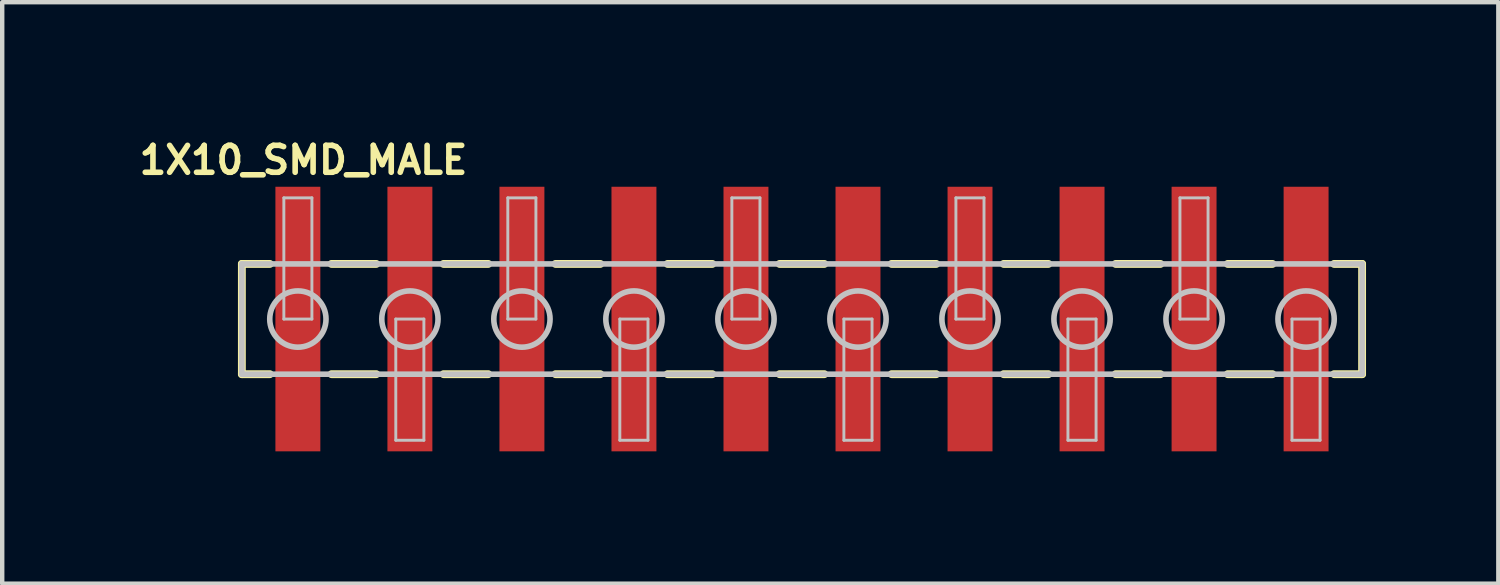
<source format=kicad_pcb>
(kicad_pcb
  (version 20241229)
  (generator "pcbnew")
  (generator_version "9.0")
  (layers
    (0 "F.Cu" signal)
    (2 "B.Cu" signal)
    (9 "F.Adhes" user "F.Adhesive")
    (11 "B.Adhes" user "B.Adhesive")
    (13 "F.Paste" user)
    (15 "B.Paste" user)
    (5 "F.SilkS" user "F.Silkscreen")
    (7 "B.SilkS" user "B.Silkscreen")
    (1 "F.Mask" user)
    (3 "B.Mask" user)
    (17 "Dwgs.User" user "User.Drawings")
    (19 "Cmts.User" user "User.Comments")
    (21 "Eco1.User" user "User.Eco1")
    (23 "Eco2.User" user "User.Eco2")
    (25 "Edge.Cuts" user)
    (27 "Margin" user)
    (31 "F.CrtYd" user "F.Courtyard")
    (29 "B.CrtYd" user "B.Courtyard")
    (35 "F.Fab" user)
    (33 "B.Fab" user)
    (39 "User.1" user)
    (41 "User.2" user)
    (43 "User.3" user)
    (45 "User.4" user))
  (footprint "1X10_SMD_MALE"
    (layer "F.Cu")
    (at 3.704 4.184)
    (property "Reference" "1X10_SMD_MALE" (at 0.127 -3.604 0) (layer "F.SilkS") (effects (font (size 0.61 0.61) (thickness 0.127))))
    (attr smd)
    (fp_line (start -1.27 -1.25) (end -1.27 1.25) (stroke (width 0.178) (type solid)) (layer "F.SilkS"))
    (fp_line (start -1.27 -1.25) (end -0.635 -1.25) (stroke (width 0.178) (type solid)) (layer "F.SilkS"))
    (fp_line (start -1.27 1.25) (end -0.635 1.25) (stroke (width 0.178) (type solid)) (layer "F.SilkS"))
    (fp_line (start 0.762 -1.25) (end 1.778 -1.25) (stroke (width 0.178) (type solid)) (layer "F.SilkS"))
    (fp_line (start 1.778 1.25) (end 0.762 1.25) (stroke (width 0.178) (type solid)) (layer "F.SilkS"))
    (fp_line (start 3.302 -1.25) (end 4.318 -1.25) (stroke (width 0.178) (type solid)) (layer "F.SilkS"))
    (fp_line (start 4.318 1.25) (end 3.302 1.25) (stroke (width 0.178) (type solid)) (layer "F.SilkS"))
    (fp_line (start 5.842 -1.25) (end 6.858 -1.25) (stroke (width 0.178) (type solid)) (layer "F.SilkS"))
    (fp_line (start 6.858 1.25) (end 5.842 1.25) (stroke (width 0.178) (type solid)) (layer "F.SilkS"))
    (fp_line (start 8.382 -1.25) (end 9.398 -1.25) (stroke (width 0.178) (type solid)) (layer "F.SilkS"))
    (fp_line (start 9.398 1.25) (end 8.382 1.25) (stroke (width 0.178) (type solid)) (layer "F.SilkS"))
    (fp_line (start 10.922 -1.25) (end 11.938 -1.25) (stroke (width 0.178) (type solid)) (layer "F.SilkS"))
    (fp_line (start 11.938 1.25) (end 10.922 1.25) (stroke (width 0.178) (type solid)) (layer "F.SilkS"))
    (fp_line (start 13.462 -1.25) (end 14.475 -1.25) (stroke (width 0.178) (type solid)) (layer "F.SilkS"))
    (fp_line (start 14.475 1.25) (end 13.462 1.25) (stroke (width 0.178) (type solid)) (layer "F.SilkS"))
    (fp_line (start 16.002 -1.25) (end 17.018 -1.25) (stroke (width 0.178) (type solid)) (layer "F.SilkS"))
    (fp_line (start 17.018 1.25) (end 16.002 1.25) (stroke (width 0.178) (type solid)) (layer "F.SilkS"))
    (fp_line (start 18.542 -1.25) (end 19.558 -1.25) (stroke (width 0.178) (type solid)) (layer "F.SilkS"))
    (fp_line (start 19.558 1.25) (end 18.542 1.25) (stroke (width 0.178) (type solid)) (layer "F.SilkS"))
    (fp_line (start 21.082 -1.25) (end 22.098 -1.25) (stroke (width 0.178) (type solid)) (layer "F.SilkS"))
    (fp_line (start 22.098 1.25) (end 21.082 1.25) (stroke (width 0.178) (type solid)) (layer "F.SilkS"))
    (fp_line (start 24.13 -1.25) (end 23.495 -1.25) (stroke (width 0.178) (type solid)) (layer "F.SilkS"))
    (fp_line (start 24.13 1.25) (end 23.495 1.25) (stroke (width 0.178) (type solid)) (layer "F.SilkS"))
    (fp_line (start 24.13 1.25) (end 24.13 -1.25) (stroke (width 0.178) (type solid)) (layer "F.SilkS"))
    (fp_line (start -1.27 -1.25) (end -1.27 1.25) (stroke (width 0.127) (type solid)) (layer "Dwgs.User"))
    (fp_line (start -1.27 1.25) (end 24.13 1.25) (stroke (width 0.127) (type solid)) (layer "Dwgs.User"))
    (fp_line (start -0.318 -2.748) (end 0.318 -2.748) (stroke (width 0.066) (type solid)) (layer "Dwgs.User"))
    (fp_line (start -0.318 0) (end -0.318 -2.748) (stroke (width 0.066) (type solid)) (layer "Dwgs.User"))
    (fp_line (start -0.318 0) (end 0.318 0) (stroke (width 0.066) (type solid)) (layer "Dwgs.User"))
    (fp_line (start 0.318 0) (end 0.318 -2.748) (stroke (width 0.066) (type solid)) (layer "Dwgs.User"))
    (fp_line (start 2.22 0) (end 2.857 0) (stroke (width 0.066) (type solid)) (layer "Dwgs.User"))
    (fp_line (start 2.22 2.748) (end 2.22 0) (stroke (width 0.066) (type solid)) (layer "Dwgs.User"))
    (fp_line (start 2.22 2.748) (end 2.857 2.748) (stroke (width 0.066) (type solid)) (layer "Dwgs.User"))
    (fp_line (start 2.857 2.748) (end 2.857 0) (stroke (width 0.066) (type solid)) (layer "Dwgs.User"))
    (fp_line (start 4.76 -2.748) (end 5.397 -2.748) (stroke (width 0.066) (type solid)) (layer "Dwgs.User"))
    (fp_line (start 4.76 0) (end 4.76 -2.748) (stroke (width 0.066) (type solid)) (layer "Dwgs.User"))
    (fp_line (start 4.76 0) (end 5.397 0) (stroke (width 0.066) (type solid)) (layer "Dwgs.User"))
    (fp_line (start 5.397 0) (end 5.397 -2.748) (stroke (width 0.066) (type solid)) (layer "Dwgs.User"))
    (fp_line (start 7.3 0) (end 7.938 0) (stroke (width 0.066) (type solid)) (layer "Dwgs.User"))
    (fp_line (start 7.3 2.748) (end 7.3 0) (stroke (width 0.066) (type solid)) (layer "Dwgs.User"))
    (fp_line (start 7.3 2.748) (end 7.938 2.748) (stroke (width 0.066) (type solid)) (layer "Dwgs.User"))
    (fp_line (start 7.938 2.748) (end 7.938 0) (stroke (width 0.066) (type solid)) (layer "Dwgs.User"))
    (fp_line (start 9.84 -2.748) (end 10.477 -2.748) (stroke (width 0.066) (type solid)) (layer "Dwgs.User"))
    (fp_line (start 9.84 0) (end 9.84 -2.748) (stroke (width 0.066) (type solid)) (layer "Dwgs.User"))
    (fp_line (start 9.84 0) (end 10.477 0) (stroke (width 0.066) (type solid)) (layer "Dwgs.User"))
    (fp_line (start 10.477 0) (end 10.477 -2.748) (stroke (width 0.066) (type solid)) (layer "Dwgs.User"))
    (fp_line (start 12.38 0) (end 13.018 0) (stroke (width 0.066) (type solid)) (layer "Dwgs.User"))
    (fp_line (start 12.38 2.748) (end 12.38 0) (stroke (width 0.066) (type solid)) (layer "Dwgs.User"))
    (fp_line (start 12.38 2.748) (end 13.018 2.748) (stroke (width 0.066) (type solid)) (layer "Dwgs.User"))
    (fp_line (start 13.018 2.748) (end 13.018 0) (stroke (width 0.066) (type solid)) (layer "Dwgs.User"))
    (fp_line (start 14.92 -2.748) (end 15.557 -2.748) (stroke (width 0.066) (type solid)) (layer "Dwgs.User"))
    (fp_line (start 14.92 0) (end 14.92 -2.748) (stroke (width 0.066) (type solid)) (layer "Dwgs.User"))
    (fp_line (start 14.92 0) (end 15.557 0) (stroke (width 0.066) (type solid)) (layer "Dwgs.User"))
    (fp_line (start 15.557 0) (end 15.557 -2.748) (stroke (width 0.066) (type solid)) (layer "Dwgs.User"))
    (fp_line (start 17.46 0) (end 18.098 0) (stroke (width 0.066) (type solid)) (layer "Dwgs.User"))
    (fp_line (start 17.46 2.748) (end 17.46 0) (stroke (width 0.066) (type solid)) (layer "Dwgs.User"))
    (fp_line (start 17.46 2.748) (end 18.098 2.748) (stroke (width 0.066) (type solid)) (layer "Dwgs.User"))
    (fp_line (start 18.098 2.748) (end 18.098 0) (stroke (width 0.066) (type solid)) (layer "Dwgs.User"))
    (fp_line (start 20 -2.748) (end 20.637 -2.748) (stroke (width 0.066) (type solid)) (layer "Dwgs.User"))
    (fp_line (start 20 0) (end 20 -2.748) (stroke (width 0.066) (type solid)) (layer "Dwgs.User"))
    (fp_line (start 20 0) (end 20.637 0) (stroke (width 0.066) (type solid)) (layer "Dwgs.User"))
    (fp_line (start 20.637 0) (end 20.637 -2.748) (stroke (width 0.066) (type solid)) (layer "Dwgs.User"))
    (fp_line (start 22.54 0) (end 23.177 0) (stroke (width 0.066) (type solid)) (layer "Dwgs.User"))
    (fp_line (start 22.54 2.748) (end 22.54 0) (stroke (width 0.066) (type solid)) (layer "Dwgs.User"))
    (fp_line (start 22.54 2.748) (end 23.177 2.748) (stroke (width 0.066) (type solid)) (layer "Dwgs.User"))
    (fp_line (start 23.177 2.748) (end 23.177 0) (stroke (width 0.066) (type solid)) (layer "Dwgs.User"))
    (fp_line (start 24.13 -1.25) (end -1.27 -1.25) (stroke (width 0.127) (type solid)) (layer "Dwgs.User"))
    (fp_line (start 24.13 1.25) (end 24.13 -1.25) (stroke (width 0.127) (type solid)) (layer "Dwgs.User"))
    (fp_circle (center 0 0) (end 0 -0.638) (stroke (width 0.127) (type solid)) (fill no) (layer "Dwgs.User"))
    (fp_circle (center 2.54 0) (end 2.54 -0.638) (stroke (width 0.127) (type solid)) (fill no) (layer "Dwgs.User"))
    (fp_circle (center 5.08 0) (end 5.08 -0.638) (stroke (width 0.127) (type solid)) (fill no) (layer "Dwgs.User"))
    (fp_circle (center 7.62 0) (end 7.62 -0.638) (stroke (width 0.127) (type solid)) (fill no) (layer "Dwgs.User"))
    (fp_circle (center 10.16 0) (end 10.16 -0.638) (stroke (width 0.127) (type solid)) (fill no) (layer "Dwgs.User"))
    (fp_circle (center 12.7 0) (end 12.7 -0.638) (stroke (width 0.127) (type solid)) (fill no) (layer "Dwgs.User"))
    (fp_circle (center 15.24 0) (end 15.24 -0.638) (stroke (width 0.127) (type solid)) (fill no) (layer "Dwgs.User"))
    (fp_circle (center 17.78 0) (end 17.78 -0.638) (stroke (width 0.127) (type solid)) (fill no) (layer "Dwgs.User"))
    (fp_circle (center 20.32 0) (end 20.32 -0.638) (stroke (width 0.127) (type solid)) (fill no) (layer "Dwgs.User"))
    (fp_circle (center 22.86 0) (end 22.86 -0.638) (stroke (width 0.127) (type solid)) (fill no) (layer "Dwgs.User"))
    (pad "1" smd rect (at 0 0) (size 1.019 5.999) (layers "F.Cu" "F.Mask" "F.Paste"))
    (pad "2" smd rect (at 2.54 0) (size 1.019 5.999) (layers "F.Cu" "F.Mask" "F.Paste"))
    (pad "3" smd rect (at 5.08 0) (size 1.019 5.999) (layers "F.Cu" "F.Mask" "F.Paste"))
    (pad "4" smd rect (at 7.62 0) (size 1.019 5.999) (layers "F.Cu" "F.Mask" "F.Paste"))
    (pad "5" smd rect (at 10.16 0) (size 1.019 5.999) (layers "F.Cu" "F.Mask" "F.Paste"))
    (pad "6" smd rect (at 12.7 0) (size 1.019 5.999) (layers "F.Cu" "F.Mask" "F.Paste"))
    (pad "7" smd rect (at 15.24 0) (size 1.019 5.999) (layers "F.Cu" "F.Mask" "F.Paste"))
    (pad "8" smd rect (at 17.78 0) (size 1.019 5.999) (layers "F.Cu" "F.Mask" "F.Paste"))
    (pad "9" smd rect (at 20.32 0) (size 1.019 5.999) (layers "F.Cu" "F.Mask" "F.Paste"))
    (pad "10" smd rect (at 22.86 0) (size 1.019 5.999) (layers "F.Cu" "F.Mask" "F.Paste")))
  (gr_rect
    (start -3 -3)
    (end 30.923 10.184)
    (stroke (width 0.1) (type default))
    (fill no)
    (layer "Edge.Cuts")))
</source>
